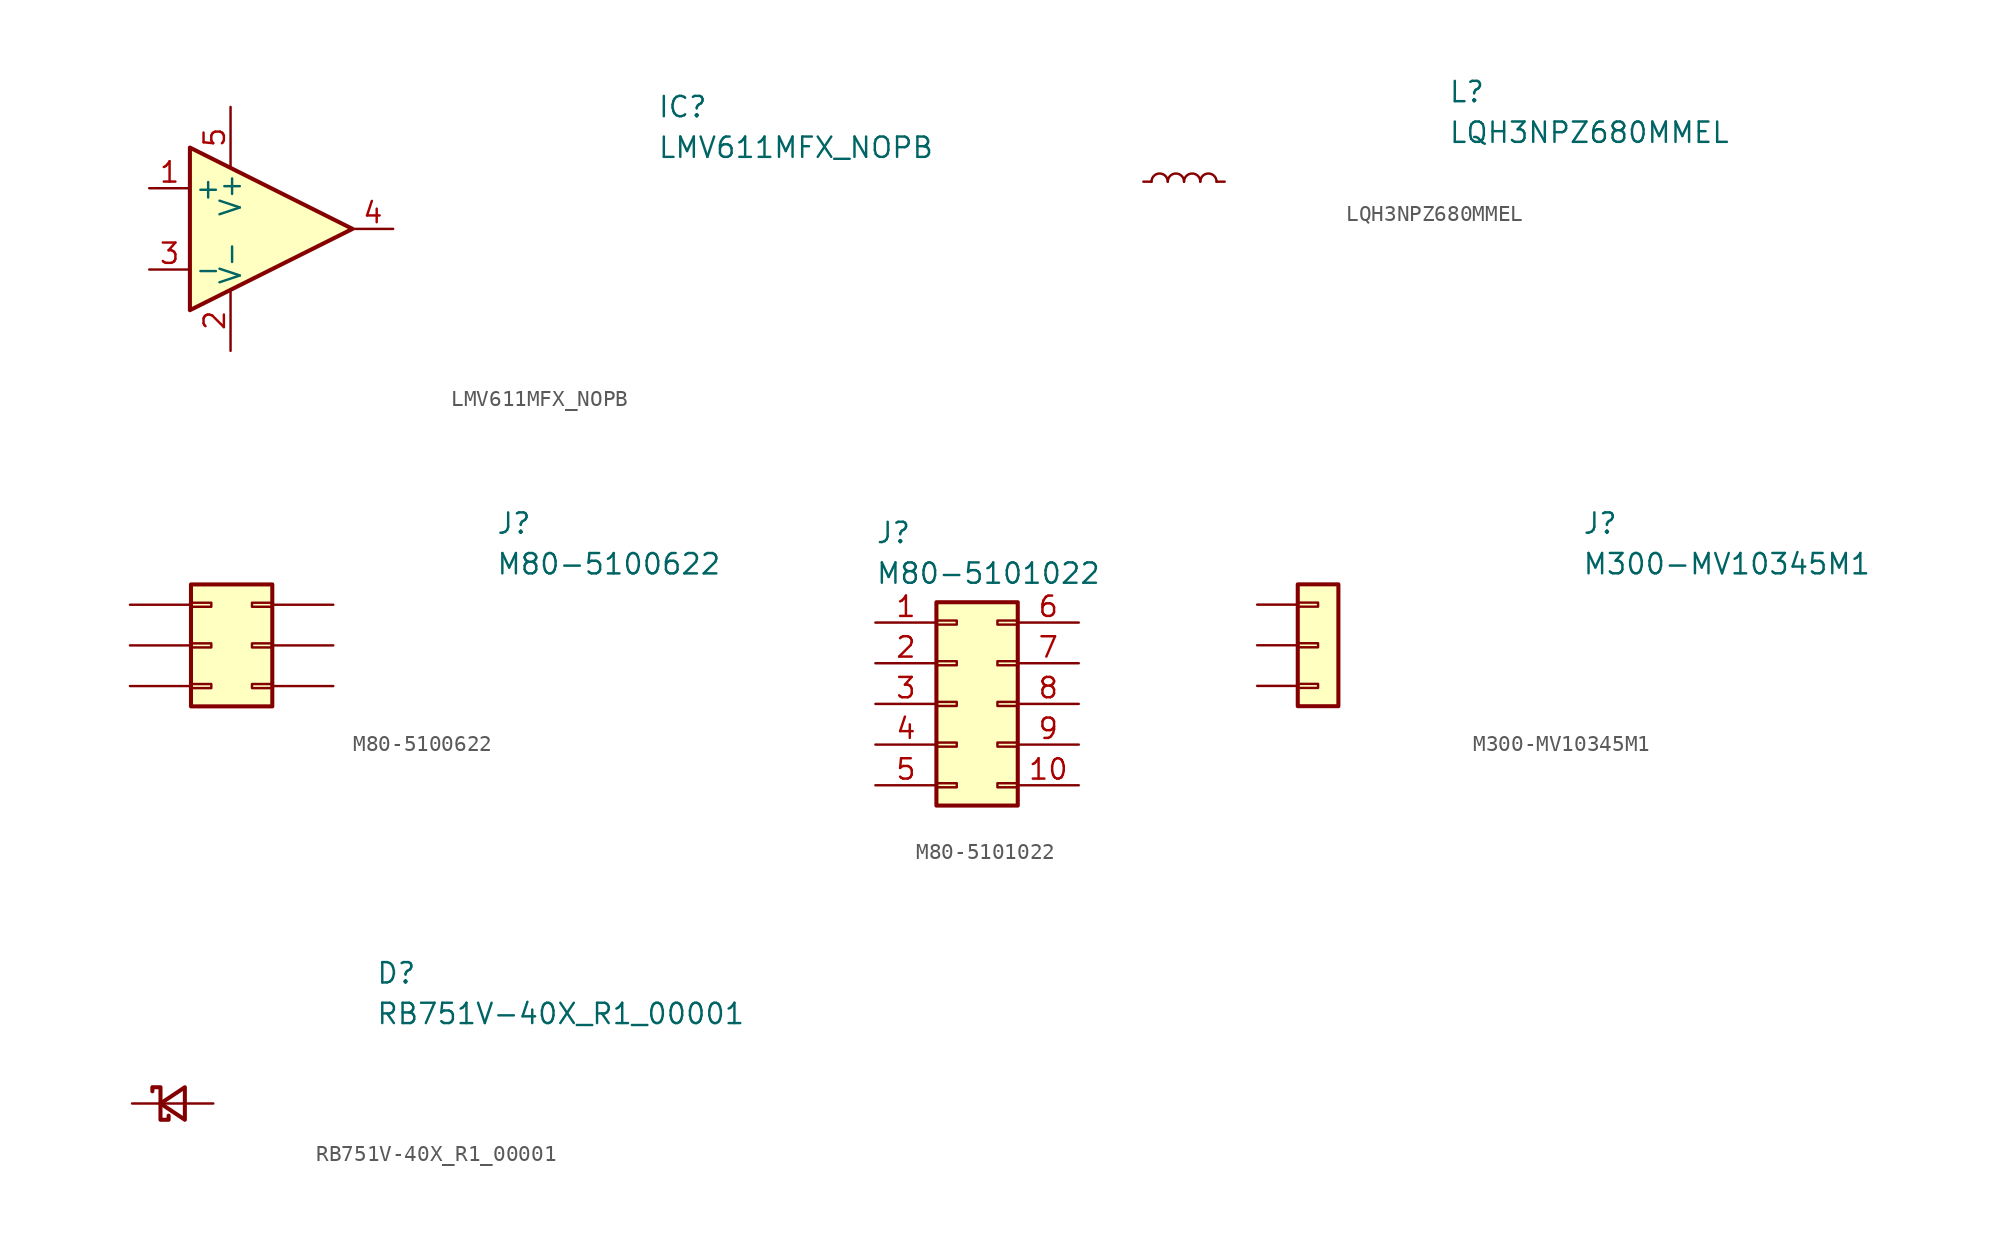
<source format=kicad_sym>
(kicad_symbol_lib
  (version 20220914)
  (generator kicad_symbol_editor)
  (symbol "LMV611MFX_NOPB"
    (pin_names
      (offset 0.254))
    (property "Reference" "IC"
      (at 26.67 7.62 0)
      (effects (font (size 1.27 1.27)) (justify left)))
    (property "Value" "LMV611MFX_NOPB"
      (at 26.67 5.08 0)
      (effects (font (size 1.27 1.27)) (justify left)))
    (symbol "LMV611MFX_NOPB_0_1"
      (polyline (pts (xy 7.62 0) (xy -2.54 5.08) (xy -2.54 -5.08) (xy 7.62 0)) (stroke (width 0.254) (type default)) (fill (type background))))
    (symbol "LMV611MFX_NOPB_1_1"
      (pin input line (at -5.08 2.54 0) (length 2.54) (name "+" (effects (font (size 1.27 1.27)))) (number "1" (effects (font (size 1.27 1.27)))))
      (pin power_in line (at 0 -7.62 90) (length 3.81) (name "V-" (effects (font (size 1.27 1.27)))) (number "2" (effects (font (size 1.27 1.27)))))
      (pin input line (at -5.08 -2.54 0) (length 2.54) (name "-" (effects (font (size 1.27 1.27)))) (number "3" (effects (font (size 1.27 1.27)))))
      (pin output line (at 10.16 0 180) (length 2.54) (name "~" (effects (font (size 1.27 1.27)))) (number "4" (effects (font (size 1.27 1.27)))))
      (pin power_in line (at 0 7.62 270) (length 3.81) (name "V+" (effects (font (size 1.27 1.27)))) (number "5" (effects (font (size 1.27 1.27)))))))
  (symbol "LQH3NPZ680MMEL"
    (pin_numbers hide)
    (pin_names
      (offset 0) hide)
    (property "Reference" "L"
      (at 16.51 6.35 0)
      (effects (font (size 1.27 1.27)) (justify left top)))
    (property "Value" "LQH3NPZ680MMEL"
      (at 16.51 3.81 0)
      (effects (font (size 1.27 1.27)) (justify left top)))
    (symbol "LQH3NPZ680MMEL_0_1"
      (arc (start -1.016 0) (mid -1.524 0.5058) (end -2.032 0) (stroke (width 0) (type default)) (fill (type none)))
      (arc (start 0 0) (mid -0.508 0.5058) (end -1.016 0) (stroke (width 0) (type default)) (fill (type none)))
      (arc (start 1.016 0) (mid 0.508 0.5058) (end 0 0) (stroke (width 0) (type default)) (fill (type none)))
      (arc (start 2.032 0) (mid 1.524 0.5058) (end 1.016 0) (stroke (width 0) (type default)) (fill (type none))))
    (symbol "LQH3NPZ680MMEL_1_1"
      (pin passive line (at -2.54 0 0) (length 0.508) (name "~" (effects (font (size 1.27 1.27)))) (number "1" (effects (font (size 1.27 1.27)))))
      (pin passive line (at 2.54 0 180) (length 0.508) (name "~" (effects (font (size 1.27 1.27)))) (number "2" (effects (font (size 1.27 1.27)))))))
  (symbol "M80-5100622"
    (pin_numbers hide)
    (pin_names
      (offset 0) hide)
    (property "Reference" "J"
      (at 16.51 7.62 0)
      (effects (font (size 1.27 1.27)) (justify left)))
    (property "Value" "M80-5100622"
      (at 16.51 5.08 0)
      (effects (font (size 1.27 1.27)) (justify left)))
    (symbol "M80-5100622_1_1"
      (rectangle (start -2.54 -2.667) (end -1.27 -2.413) (stroke (width 0.152) (type default)) (fill (type none)))
      (rectangle (start -2.54 0.127) (end -1.27 -0.127) (stroke (width 0.152) (type default)) (fill (type none)))
      (rectangle (start -2.54 2.667) (end -1.27 2.413) (stroke (width 0.152) (type default)) (fill (type none)))
      (rectangle (start -2.54 3.81) (end 2.54 -3.81) (stroke (width 0.254) (type default)) (fill (type background)))
      (rectangle (start 1.27 -2.413) (end 2.54 -2.667) (stroke (width 0.152) (type default)) (fill (type none)))
      (rectangle (start 1.27 0.127) (end 2.54 -0.127) (stroke (width 0.152) (type default)) (fill (type none)))
      (rectangle (start 1.27 2.667) (end 2.54 2.413) (stroke (width 0.152) (type default)) (fill (type none)))
      (pin passive line (at -6.35 2.54 0) (length 3.81) (name "Pin_1" (effects (font (size 1.27 1.27)))) (number "1" (effects (font (size 1.27 1.27)))))
      (pin passive line (at -6.35 0 0) (length 3.81) (name "Pin_2" (effects (font (size 1.27 1.27)))) (number "2" (effects (font (size 1.27 1.27)))))
      (pin passive line (at -6.35 -2.54 0) (length 3.81) (name "Pin_4" (effects (font (size 1.27 1.27)))) (number "3" (effects (font (size 1.27 1.27)))))
      (pin passive line (at 6.35 2.54 180) (length 3.81) (name "Pin_3" (effects (font (size 1.27 1.27)))) (number "4" (effects (font (size 1.27 1.27)))))
      (pin passive line (at 6.35 0 180) (length 3.81) (name "Pin_3" (effects (font (size 1.27 1.27)))) (number "5" (effects (font (size 1.27 1.27)))))
      (pin passive line (at 6.35 -2.54 180) (length 3.81) (name "Pin_3" (effects (font (size 1.27 1.27)))) (number "6" (effects (font (size 1.27 1.27)))))))
  (symbol "M80-5101022"
    (pin_names
      (offset 0.002) hide)
    (property "Reference" "J"
      (at -6.35 11.43 0)
      (effects (font (size 1.27 1.27)) (justify left top)))
    (property "Value" "M80-5101022"
      (at -6.35 8.89 0)
      (effects (font (size 1.27 1.27)) (justify left top)))
    (symbol "M80-5101022_1_1"
      (rectangle (start -2.54 -4.953) (end -1.27 -5.207) (stroke (width 0.152) (type default)) (fill (type none)))
      (rectangle (start -2.54 -2.413) (end -1.27 -2.667) (stroke (width 0.152) (type default)) (fill (type none)))
      (rectangle (start -2.54 0.127) (end -1.27 -0.127) (stroke (width 0.152) (type default)) (fill (type none)))
      (rectangle (start -2.54 2.667) (end -1.27 2.413) (stroke (width 0.152) (type default)) (fill (type none)))
      (rectangle (start -2.54 5.207) (end -1.27 4.953) (stroke (width 0.152) (type default)) (fill (type none)))
      (rectangle (start -2.54 6.35) (end 2.54 -6.35) (stroke (width 0.254) (type default)) (fill (type background)))
      (rectangle (start 2.54 -4.953) (end 1.27 -5.207) (stroke (width 0.152) (type default)) (fill (type none)))
      (rectangle (start 2.54 -2.413) (end 1.27 -2.667) (stroke (width 0.152) (type default)) (fill (type none)))
      (rectangle (start 2.54 0.127) (end 1.27 -0.127) (stroke (width 0.152) (type default)) (fill (type none)))
      (rectangle (start 2.54 2.667) (end 1.27 2.413) (stroke (width 0.152) (type default)) (fill (type none)))
      (rectangle (start 2.54 5.207) (end 1.27 4.953) (stroke (width 0.152) (type default)) (fill (type none)))
      (pin passive line (at -6.35 5.08 0) (length 3.81) (name "Pin_1" (effects (font (size 1.27 1.27)))) (number "1" (effects (font (size 1.27 1.27)))))
      (pin passive line (at 6.35 -5.08 180) (length 3.81) (name "Pin_10" (effects (font (size 1.27 1.27)))) (number "10" (effects (font (size 1.27 1.27)))))
      (pin passive line (at -6.35 2.54 0) (length 3.81) (name "Pin_2" (effects (font (size 1.27 1.27)))) (number "2" (effects (font (size 1.27 1.27)))))
      (pin passive line (at -6.35 0 0) (length 3.81) (name "Pin_3" (effects (font (size 1.27 1.27)))) (number "3" (effects (font (size 1.27 1.27)))))
      (pin passive line (at -6.35 -2.54 0) (length 3.81) (name "Pin_4" (effects (font (size 1.27 1.27)))) (number "4" (effects (font (size 1.27 1.27)))))
      (pin passive line (at -6.35 -5.08 0) (length 3.81) (name "Pin_5" (effects (font (size 1.27 1.27)))) (number "5" (effects (font (size 1.27 1.27)))))
      (pin passive line (at 6.35 5.08 180) (length 3.81) (name "Pin_6" (effects (font (size 1.27 1.27)))) (number "6" (effects (font (size 1.27 1.27)))))
      (pin passive line (at 6.35 2.54 180) (length 3.81) (name "Pin_7" (effects (font (size 1.27 1.27)))) (number "7" (effects (font (size 1.27 1.27)))))
      (pin passive line (at 6.35 0 180) (length 3.81) (name "Pin_8" (effects (font (size 1.27 1.27)))) (number "8" (effects (font (size 1.27 1.27)))))
      (pin passive line (at 6.35 -2.54 180) (length 3.81) (name "Pin_9" (effects (font (size 1.27 1.27)))) (number "9" (effects (font (size 1.27 1.27)))))))
  (symbol "M300-MV10345M1"
    (pin_numbers hide)
    (pin_names
      (offset 0.762) hide)
    (property "Reference" "J"
      (at 16.51 7.62 0)
      (effects (font (size 1.27 1.27)) (justify left)))
    (property "Value" "M300-MV10345M1"
      (at 16.51 5.08 0)
      (effects (font (size 1.27 1.27)) (justify left)))
    (symbol "M300-MV10345M1_1_1"
      (rectangle (start -1.27 -2.413) (end 0 -2.667) (stroke (width 0.152) (type default)) (fill (type none)))
      (rectangle (start -1.27 0.127) (end 0 -0.127) (stroke (width 0.152) (type default)) (fill (type none)))
      (rectangle (start -1.27 2.667) (end 0 2.413) (stroke (width 0.152) (type default)) (fill (type none)))
      (rectangle (start -1.27 3.81) (end 1.27 -3.81) (stroke (width 0.254) (type default)) (fill (type background)))
      (pin passive line (at -3.81 2.54 0) (length 2.54) (name "Pin_1" (effects (font (size 1.27 1.27)))) (number "1" (effects (font (size 1.27 1.27)))))
      (pin passive line (at -3.81 0 0) (length 2.54) (name "Pin_2" (effects (font (size 1.27 1.27)))) (number "2" (effects (font (size 1.27 1.27)))))
      (pin passive line (at -3.81 -2.54 0) (length 2.54) (name "Pin_3" (effects (font (size 1.27 1.27)))) (number "3" (effects (font (size 1.27 1.27)))))))
  (symbol "RB751V-40X_R1_00001"
    (pin_numbers hide)
    (pin_names hide)
    (property "Reference" "D"
      (at 12.7 8.89 0)
      (effects (font (size 1.27 1.27)) (justify left top)))
    (property "Value" "RB751V-40X_R1_00001"
      (at 12.7 6.35 0)
      (effects (font (size 1.27 1.27)) (justify left top)))
    (symbol "RB751V-40X_R1_00001_0_1"
      (polyline (pts (xy -0.762 0) (xy 0.762 0)) (stroke (width 0) (type default)) (fill (type none)))
      (polyline (pts (xy 0.762 -1.016) (xy -0.762 0) (xy 0.762 1.016) (xy 0.762 -1.016)) (stroke (width 0.254) (type default)) (fill (type none)))
      (polyline (pts (xy -1.27 0.762) (xy -1.27 1.016) (xy -0.762 1.016) (xy -0.762 -1.016) (xy -0.254 -1.016) (xy -0.254 -0.762)) (stroke (width 0.254) (type default)) (fill (type none))))
    (symbol "RB751V-40X_R1_00001_1_1"
      (pin passive line (at -2.54 0 0) (length 1.778) (name "K" (effects (font (size 1.27 1.27)))) (number "1" (effects (font (size 1.27 1.27)))))
      (pin passive line (at 2.54 0 180) (length 1.778) (name "A" (effects (font (size 1.27 1.27)))) (number "2" (effects (font (size 1.27 1.27))))))))
</source>
